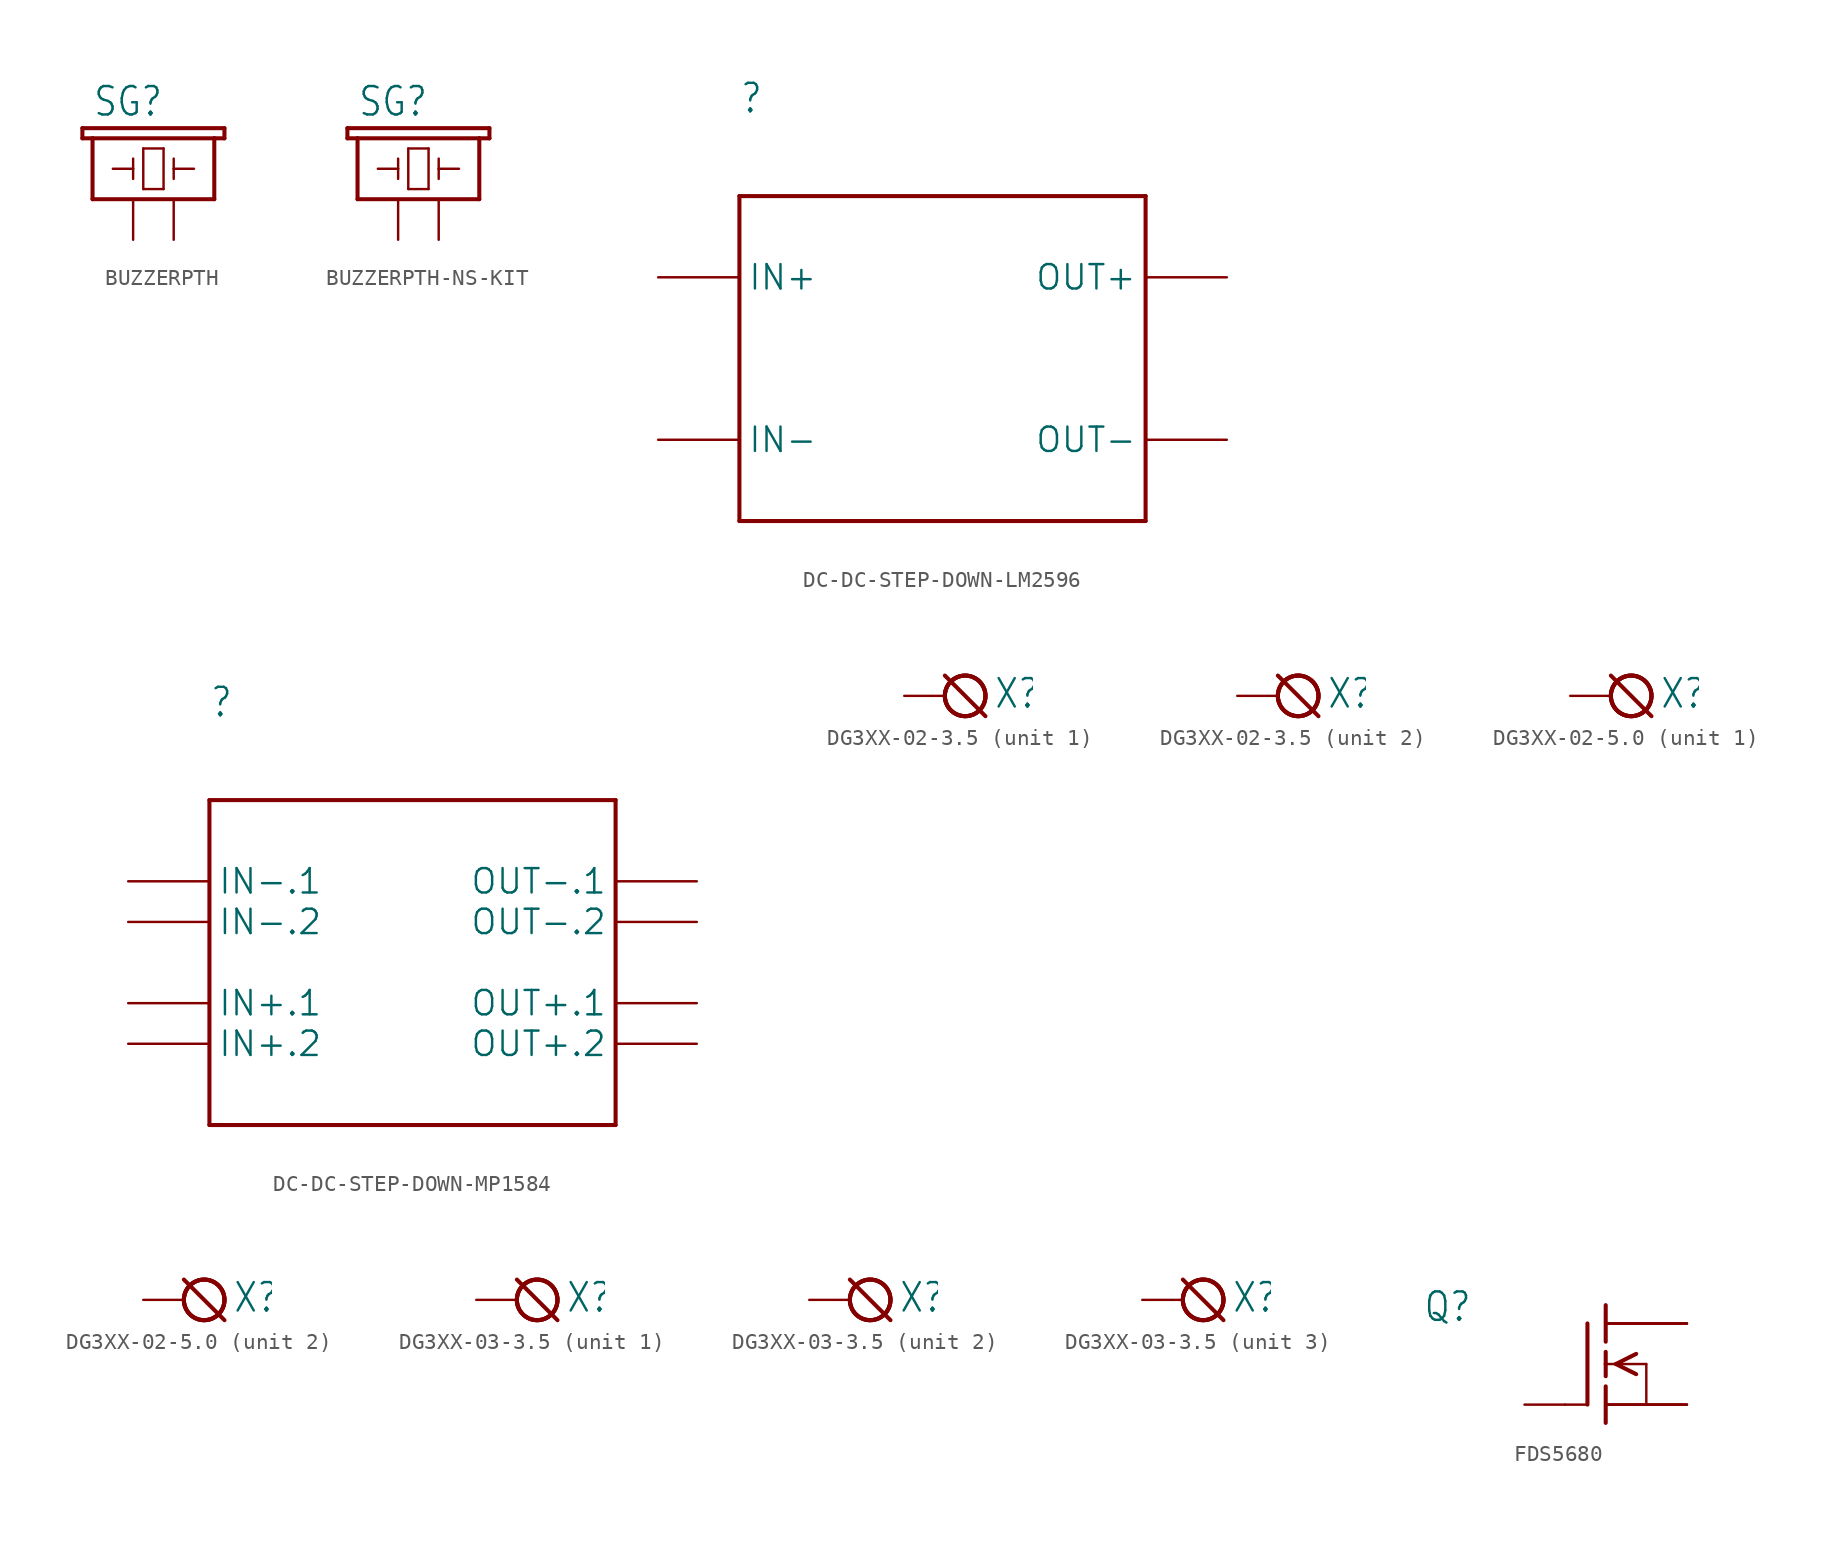
<source format=kicad_sym>
(kicad_symbol_lib
  (version 20241209)
  (generator "kicad_symbol_editor")
  (generator_version "9.0")
  (symbol "BUZZERPTH"
    (property "Reference" "SG"
      (at -2.54 5.08 0)
      (effects (font (size 1.778 1.511)) (justify left bottom)))
    (property "Value" ""
      (at 6.35 0 0)
      (effects (font (size 1.778 1.511)) (justify left bottom)))
    (property "ki_locked" ""
      (at 0 0 0)
      (effects (font (size 1.27 1.27))))
    (symbol "BUZZERPTH_1_0"
      (polyline (pts (xy -3.175 4.445) (xy -3.175 3.81)) (stroke (width 0.254) (type solid)) (fill (type none)))
      (polyline (pts (xy -3.175 3.81) (xy -2.54 3.81)) (stroke (width 0.254) (type solid)) (fill (type none)))
      (polyline (pts (xy -2.54 3.81) (xy -2.54 0)) (stroke (width 0.254) (type solid)) (fill (type none)))
      (polyline (pts (xy -2.54 3.81) (xy 5.08 3.81)) (stroke (width 0.254) (type solid)) (fill (type none)))
      (polyline (pts (xy -2.54 0) (xy 5.08 0)) (stroke (width 0.254) (type solid)) (fill (type none)))
      (polyline (pts (xy -1.27 1.905) (xy 0 1.905)) (stroke (width 0.152) (type solid)) (fill (type none)))
      (polyline (pts (xy 0 1.905) (xy 0 2.54)) (stroke (width 0.152) (type solid)) (fill (type none)))
      (polyline (pts (xy 0 1.905) (xy 0 1.27)) (stroke (width 0.152) (type solid)) (fill (type none)))
      (polyline (pts (xy 0.635 3.175) (xy 0.635 0.635)) (stroke (width 0.152) (type solid)) (fill (type none)))
      (polyline (pts (xy 0.635 0.635) (xy 1.905 0.635)) (stroke (width 0.152) (type solid)) (fill (type none)))
      (polyline (pts (xy 1.905 3.175) (xy 0.635 3.175)) (stroke (width 0.152) (type solid)) (fill (type none)))
      (polyline (pts (xy 1.905 0.635) (xy 1.905 3.175)) (stroke (width 0.152) (type solid)) (fill (type none)))
      (polyline (pts (xy 2.54 2.54) (xy 2.54 1.905)) (stroke (width 0.152) (type solid)) (fill (type none)))
      (polyline (pts (xy 2.54 1.905) (xy 2.54 1.27)) (stroke (width 0.152) (type solid)) (fill (type none)))
      (polyline (pts (xy 2.54 1.905) (xy 3.81 1.905)) (stroke (width 0.152) (type solid)) (fill (type none)))
      (polyline (pts (xy 5.08 3.81) (xy 5.715 3.81)) (stroke (width 0.254) (type solid)) (fill (type none)))
      (polyline (pts (xy 5.08 0) (xy 5.08 3.81)) (stroke (width 0.254) (type solid)) (fill (type none)))
      (polyline (pts (xy 5.715 4.445) (xy -3.175 4.445)) (stroke (width 0.254) (type solid)) (fill (type none)))
      (polyline (pts (xy 5.715 3.81) (xy 5.715 4.445)) (stroke (width 0.254) (type solid)) (fill (type none)))
      (pin passive line (at 0 -2.54 90) (length 2.54) (name "1" (effects (font (size 0 0)))) (number "+" (effects (font (size 0 0)))))
      (pin passive line (at 2.54 -2.54 90) (length 2.54) (name "2" (effects (font (size 0 0)))) (number "-" (effects (font (size 0 0)))))))
  (symbol "BUZZERPTH-NS-KIT"
    (property "Reference" "SG"
      (at -2.54 5.08 0)
      (effects (font (size 1.778 1.511)) (justify left bottom)))
    (property "Value" ""
      (at 6.35 0 0)
      (effects (font (size 1.778 1.511)) (justify left bottom)))
    (property "ki_locked" ""
      (at 0 0 0)
      (effects (font (size 1.27 1.27))))
    (symbol "BUZZERPTH-NS-KIT_1_0"
      (polyline (pts (xy -3.175 4.445) (xy -3.175 3.81)) (stroke (width 0.254) (type solid)) (fill (type none)))
      (polyline (pts (xy -3.175 3.81) (xy -2.54 3.81)) (stroke (width 0.254) (type solid)) (fill (type none)))
      (polyline (pts (xy -2.54 3.81) (xy -2.54 0)) (stroke (width 0.254) (type solid)) (fill (type none)))
      (polyline (pts (xy -2.54 3.81) (xy 5.08 3.81)) (stroke (width 0.254) (type solid)) (fill (type none)))
      (polyline (pts (xy -2.54 0) (xy 5.08 0)) (stroke (width 0.254) (type solid)) (fill (type none)))
      (polyline (pts (xy -1.27 1.905) (xy 0 1.905)) (stroke (width 0.152) (type solid)) (fill (type none)))
      (polyline (pts (xy 0 1.905) (xy 0 2.54)) (stroke (width 0.152) (type solid)) (fill (type none)))
      (polyline (pts (xy 0 1.905) (xy 0 1.27)) (stroke (width 0.152) (type solid)) (fill (type none)))
      (polyline (pts (xy 0.635 3.175) (xy 0.635 0.635)) (stroke (width 0.152) (type solid)) (fill (type none)))
      (polyline (pts (xy 0.635 0.635) (xy 1.905 0.635)) (stroke (width 0.152) (type solid)) (fill (type none)))
      (polyline (pts (xy 1.905 3.175) (xy 0.635 3.175)) (stroke (width 0.152) (type solid)) (fill (type none)))
      (polyline (pts (xy 1.905 0.635) (xy 1.905 3.175)) (stroke (width 0.152) (type solid)) (fill (type none)))
      (polyline (pts (xy 2.54 2.54) (xy 2.54 1.905)) (stroke (width 0.152) (type solid)) (fill (type none)))
      (polyline (pts (xy 2.54 1.905) (xy 2.54 1.27)) (stroke (width 0.152) (type solid)) (fill (type none)))
      (polyline (pts (xy 2.54 1.905) (xy 3.81 1.905)) (stroke (width 0.152) (type solid)) (fill (type none)))
      (polyline (pts (xy 5.08 3.81) (xy 5.715 3.81)) (stroke (width 0.254) (type solid)) (fill (type none)))
      (polyline (pts (xy 5.08 0) (xy 5.08 3.81)) (stroke (width 0.254) (type solid)) (fill (type none)))
      (polyline (pts (xy 5.715 4.445) (xy -3.175 4.445)) (stroke (width 0.254) (type solid)) (fill (type none)))
      (polyline (pts (xy 5.715 3.81) (xy 5.715 4.445)) (stroke (width 0.254) (type solid)) (fill (type none)))
      (pin passive line (at 0 -2.54 90) (length 2.54) (name "1" (effects (font (size 0 0)))) (number "+" (effects (font (size 0 0)))))
      (pin passive line (at 2.54 -2.54 90) (length 2.54) (name "2" (effects (font (size 0 0)))) (number "-" (effects (font (size 0 0)))))))
  (symbol "DC-DC-STEP-DOWN-LM2596"
    (property "Reference" ""
      (at -12.7 15.24 0)
      (effects (font (size 1.778 1.511)) (justify left bottom)))
    (property "Value" ""
      (at -12.7 12.7 0)
      (effects (font (size 1.778 1.511)) (justify left bottom)))
    (property "ki_locked" ""
      (at 0 0 0)
      (effects (font (size 1.27 1.27))))
    (symbol "DC-DC-STEP-DOWN-LM2596_1_0"
      (polyline (pts (xy -12.7 10.16) (xy 12.7 10.16)) (stroke (width 0.254) (type solid)) (fill (type none)))
      (polyline (pts (xy -12.7 -10.16) (xy -12.7 10.16)) (stroke (width 0.254) (type solid)) (fill (type none)))
      (polyline (pts (xy 12.7 10.16) (xy 12.7 -10.16)) (stroke (width 0.254) (type solid)) (fill (type none)))
      (polyline (pts (xy 12.7 -10.16) (xy -12.7 -10.16)) (stroke (width 0.254) (type solid)) (fill (type none)))
      (pin bidirectional line (at -17.78 5.08 0) (length 5.08) (name "IN+" (effects (font (size 1.524 1.524)))) (number "IN+" (effects (font (size 0 0)))))
      (pin bidirectional line (at -17.78 -5.08 0) (length 5.08) (name "IN-" (effects (font (size 1.524 1.524)))) (number "IN-" (effects (font (size 0 0)))))
      (pin bidirectional line (at 17.78 5.08 180) (length 5.08) (name "OUT+" (effects (font (size 1.524 1.524)))) (number "OUT+" (effects (font (size 0 0)))))
      (pin bidirectional line (at 17.78 -5.08 180) (length 5.08) (name "OUT-" (effects (font (size 1.524 1.524)))) (number "OUT-" (effects (font (size 0 0)))))))
  (symbol "DC-DC-STEP-DOWN-MP1584"
    (property "Reference" ""
      (at -12.7 15.24 0)
      (effects (font (size 1.778 1.511)) (justify left bottom)))
    (property "Value" ""
      (at -12.7 12.7 0)
      (effects (font (size 1.778 1.511)) (justify left bottom)))
    (property "ki_locked" ""
      (at 0 0 0)
      (effects (font (size 1.27 1.27))))
    (symbol "DC-DC-STEP-DOWN-MP1584_1_0"
      (polyline (pts (xy -12.7 10.16) (xy 12.7 10.16)) (stroke (width 0.254) (type solid)) (fill (type none)))
      (polyline (pts (xy -12.7 -10.16) (xy -12.7 10.16)) (stroke (width 0.254) (type solid)) (fill (type none)))
      (polyline (pts (xy 12.7 10.16) (xy 12.7 -10.16)) (stroke (width 0.254) (type solid)) (fill (type none)))
      (polyline (pts (xy 12.7 -10.16) (xy -12.7 -10.16)) (stroke (width 0.254) (type solid)) (fill (type none)))
      (pin bidirectional line (at -17.78 5.08 0) (length 5.08) (name "IN-.1" (effects (font (size 1.524 1.524)))) (number "IN-.1" (effects (font (size 0 0)))))
      (pin bidirectional line (at -17.78 2.54 0) (length 5.08) (name "IN-.2" (effects (font (size 1.524 1.524)))) (number "IN-.2" (effects (font (size 0 0)))))
      (pin bidirectional line (at -17.78 -2.54 0) (length 5.08) (name "IN+.1" (effects (font (size 1.524 1.524)))) (number "IN+.1" (effects (font (size 0 0)))))
      (pin bidirectional line (at -17.78 -5.08 0) (length 5.08) (name "IN+.2" (effects (font (size 1.524 1.524)))) (number "IN+.2" (effects (font (size 0 0)))))
      (pin bidirectional line (at 17.78 5.08 180) (length 5.08) (name "OUT-.1" (effects (font (size 1.524 1.524)))) (number "OUT-.1" (effects (font (size 0 0)))))
      (pin bidirectional line (at 17.78 2.54 180) (length 5.08) (name "OUT-.2" (effects (font (size 1.524 1.524)))) (number "OUT-.2" (effects (font (size 0 0)))))
      (pin bidirectional line (at 17.78 -2.54 180) (length 5.08) (name "OUT+.1" (effects (font (size 1.524 1.524)))) (number "OUT+.1" (effects (font (size 0 0)))))
      (pin bidirectional line (at 17.78 -5.08 180) (length 5.08) (name "OUT+.2" (effects (font (size 1.524 1.524)))) (number "OUT+.2" (effects (font (size 0 0)))))))
  (symbol "DG3XX-02-3.5"
    (property "Reference" "X"
      (at 3.048 -0.889 0)
      (effects (font (size 1.778 1.511)) (justify left bottom)))
    (property "ki_locked" ""
      (at 0 0 0)
      (effects (font (size 1.27 1.27))))
    (symbol "DG3XX-02-3.5_1_0"
      (polyline (pts (xy 0 1.27) (xy 2.54 -1.27)) (stroke (width 0.254) (type solid)) (fill (type none)))
      (circle (center 1.27 0) (radius 1.27) (stroke (width 0.254) (type solid)) (fill (type none)))
      (circle (center 1.27 0) (radius 1.27) (stroke (width 0.254) (type solid)) (fill (type none)))
      (circle (center 1.27 0) (radius 1.27) (stroke (width 0.254) (type solid)) (fill (type none)))
      (pin passive line (at -2.54 0 0) (length 2.54) (name "KL" (effects (font (size 0 0)))) (number "1" (effects (font (size 0 0))))))
    (symbol "DG3XX-02-3.5_2_0"
      (polyline (pts (xy 0 1.27) (xy 2.54 -1.27)) (stroke (width 0.254) (type solid)) (fill (type none)))
      (circle (center 1.27 0) (radius 1.27) (stroke (width 0.254) (type solid)) (fill (type none)))
      (circle (center 1.27 0) (radius 1.27) (stroke (width 0.254) (type solid)) (fill (type none)))
      (circle (center 1.27 0) (radius 1.27) (stroke (width 0.254) (type solid)) (fill (type none)))
      (pin passive line (at -2.54 0 0) (length 2.54) (name "KL" (effects (font (size 0 0)))) (number "2" (effects (font (size 0 0)))))))
  (symbol "DG3XX-02-5.0"
    (property "Reference" "X"
      (at 3.048 -0.889 0)
      (effects (font (size 1.778 1.511)) (justify left bottom)))
    (property "ki_locked" ""
      (at 0 0 0)
      (effects (font (size 1.27 1.27))))
    (symbol "DG3XX-02-5.0_1_0"
      (polyline (pts (xy 0 1.27) (xy 2.54 -1.27)) (stroke (width 0.254) (type solid)) (fill (type none)))
      (circle (center 1.27 0) (radius 1.27) (stroke (width 0.254) (type solid)) (fill (type none)))
      (circle (center 1.27 0) (radius 1.27) (stroke (width 0.254) (type solid)) (fill (type none)))
      (circle (center 1.27 0) (radius 1.27) (stroke (width 0.254) (type solid)) (fill (type none)))
      (pin passive line (at -2.54 0 0) (length 2.54) (name "KL" (effects (font (size 0 0)))) (number "1" (effects (font (size 0 0))))))
    (symbol "DG3XX-02-5.0_2_0"
      (polyline (pts (xy 0 1.27) (xy 2.54 -1.27)) (stroke (width 0.254) (type solid)) (fill (type none)))
      (circle (center 1.27 0) (radius 1.27) (stroke (width 0.254) (type solid)) (fill (type none)))
      (circle (center 1.27 0) (radius 1.27) (stroke (width 0.254) (type solid)) (fill (type none)))
      (circle (center 1.27 0) (radius 1.27) (stroke (width 0.254) (type solid)) (fill (type none)))
      (pin passive line (at -2.54 0 0) (length 2.54) (name "KL" (effects (font (size 0 0)))) (number "2" (effects (font (size 0 0)))))))
  (symbol "DG3XX-03-3.5"
    (property "Reference" "X"
      (at 3.048 -0.889 0)
      (effects (font (size 1.778 1.511)) (justify left bottom)))
    (property "ki_locked" ""
      (at 0 0 0)
      (effects (font (size 1.27 1.27))))
    (symbol "DG3XX-03-3.5_1_0"
      (polyline (pts (xy 0 1.27) (xy 2.54 -1.27)) (stroke (width 0.254) (type solid)) (fill (type none)))
      (circle (center 1.27 0) (radius 1.27) (stroke (width 0.254) (type solid)) (fill (type none)))
      (circle (center 1.27 0) (radius 1.27) (stroke (width 0.254) (type solid)) (fill (type none)))
      (circle (center 1.27 0) (radius 1.27) (stroke (width 0.254) (type solid)) (fill (type none)))
      (pin passive line (at -2.54 0 0) (length 2.54) (name "KL" (effects (font (size 0 0)))) (number "1" (effects (font (size 0 0))))))
    (symbol "DG3XX-03-3.5_2_0"
      (polyline (pts (xy 0 1.27) (xy 2.54 -1.27)) (stroke (width 0.254) (type solid)) (fill (type none)))
      (circle (center 1.27 0) (radius 1.27) (stroke (width 0.254) (type solid)) (fill (type none)))
      (circle (center 1.27 0) (radius 1.27) (stroke (width 0.254) (type solid)) (fill (type none)))
      (circle (center 1.27 0) (radius 1.27) (stroke (width 0.254) (type solid)) (fill (type none)))
      (pin passive line (at -2.54 0 0) (length 2.54) (name "KL" (effects (font (size 0 0)))) (number "2" (effects (font (size 0 0))))))
    (symbol "DG3XX-03-3.5_3_0"
      (polyline (pts (xy 0 1.27) (xy 2.54 -1.27)) (stroke (width 0.254) (type solid)) (fill (type none)))
      (circle (center 1.27 0) (radius 1.27) (stroke (width 0.254) (type solid)) (fill (type none)))
      (circle (center 1.27 0) (radius 1.27) (stroke (width 0.254) (type solid)) (fill (type none)))
      (circle (center 1.27 0) (radius 1.27) (stroke (width 0.254) (type solid)) (fill (type none)))
      (pin passive line (at -2.54 0 0) (length 2.54) (name "KL" (effects (font (size 0 0)))) (number "3" (effects (font (size 0 0)))))))
  (symbol "FDS5680"
    (property "Reference" "Q"
      (at -11.43 2.54 0)
      (effects (font (size 1.778 1.511)) (justify left bottom)))
    (property "Value" ""
      (at -11.43 0 0)
      (effects (font (size 1.778 1.511)) (justify left bottom)))
    (property "ki_locked" ""
      (at 0 0 0)
      (effects (font (size 1.27 1.27))))
    (symbol "FDS5680_1_0"
      (polyline (pts (xy -2.54 -2.54) (xy -1.219 -2.54)) (stroke (width 0.152) (type solid)) (fill (type none)))
      (polyline (pts (xy -1.143 2.54) (xy -1.143 -2.54)) (stroke (width 0.254) (type solid)) (fill (type none)))
      (polyline (pts (xy 0 3.683) (xy 0 1.397)) (stroke (width 0.254) (type solid)) (fill (type none)))
      (polyline (pts (xy 0 0.762) (xy 0 0)) (stroke (width 0.254) (type solid)) (fill (type none)))
      (polyline (pts (xy 0 0) (xy 0 -0.762)) (stroke (width 0.254) (type solid)) (fill (type none)))
      (polyline (pts (xy 0 0) (xy 0.635 0)) (stroke (width 0.152) (type solid)) (fill (type none)))
      (polyline (pts (xy 0 -1.397) (xy 0 -3.683)) (stroke (width 0.254) (type solid)) (fill (type none)))
      (polyline (pts (xy 0.635 0) (xy 2.54 0)) (stroke (width 0.152) (type solid)) (fill (type none)))
      (polyline (pts (xy 1.905 0.635) (xy 0.635 0)) (stroke (width 0.254) (type solid)) (fill (type none)))
      (polyline (pts (xy 1.905 -0.635) (xy 0.635 0)) (stroke (width 0.254) (type solid)) (fill (type none)))
      (polyline (pts (xy 2.54 0) (xy 2.54 -2.54)) (stroke (width 0.152) (type solid)) (fill (type none)))
      (pin passive line (at -5.08 -2.54 0) (length 2.54) (name "G" (effects (font (size 0 0)))) (number "4" (effects (font (size 0 0)))))
      (pin passive line (at 5.08 2.54 180) (length 5.08) (name "D" (effects (font (size 0 0)))) (number "5" (effects (font (size 0 0)))))
      (pin passive line (at 5.08 2.54 180) (length 5.08) (name "D" (effects (font (size 0 0)))) (number "6" (effects (font (size 0 0)))))
      (pin passive line (at 5.08 2.54 180) (length 5.08) (name "D" (effects (font (size 0 0)))) (number "7" (effects (font (size 0 0)))))
      (pin passive line (at 5.08 2.54 180) (length 5.08) (name "D" (effects (font (size 0 0)))) (number "8" (effects (font (size 0 0)))))
      (pin passive line (at 5.08 -2.54 180) (length 5.08) (name "S" (effects (font (size 0 0)))) (number "1" (effects (font (size 0 0)))))
      (pin passive line (at 5.08 -2.54 180) (length 5.08) (name "S" (effects (font (size 0 0)))) (number "2" (effects (font (size 0 0)))))
      (pin passive line (at 5.08 -2.54 180) (length 5.08) (name "S" (effects (font (size 0 0)))) (number "3" (effects (font (size 0 0))))))))
</source>
